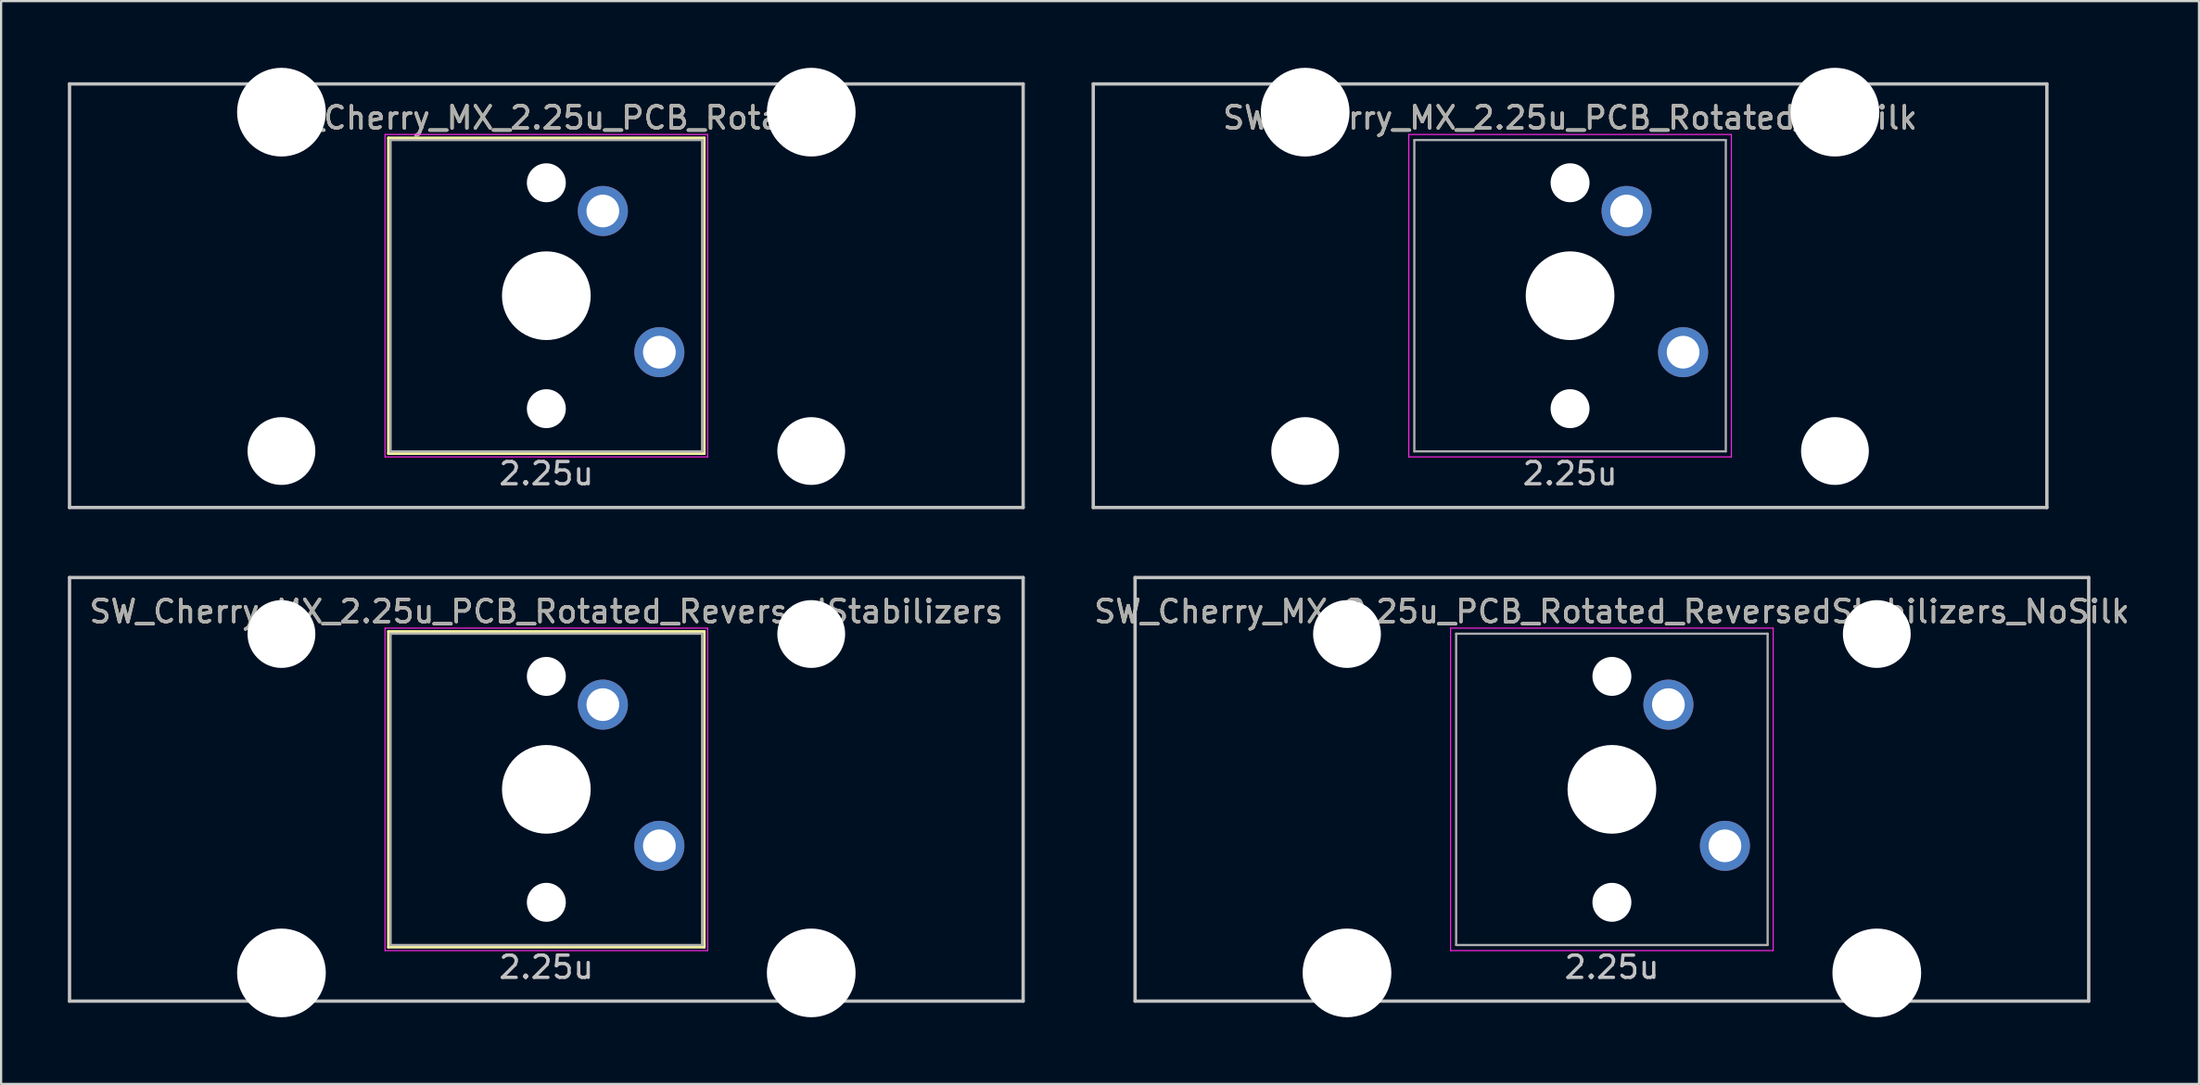
<source format=kicad_pcb>
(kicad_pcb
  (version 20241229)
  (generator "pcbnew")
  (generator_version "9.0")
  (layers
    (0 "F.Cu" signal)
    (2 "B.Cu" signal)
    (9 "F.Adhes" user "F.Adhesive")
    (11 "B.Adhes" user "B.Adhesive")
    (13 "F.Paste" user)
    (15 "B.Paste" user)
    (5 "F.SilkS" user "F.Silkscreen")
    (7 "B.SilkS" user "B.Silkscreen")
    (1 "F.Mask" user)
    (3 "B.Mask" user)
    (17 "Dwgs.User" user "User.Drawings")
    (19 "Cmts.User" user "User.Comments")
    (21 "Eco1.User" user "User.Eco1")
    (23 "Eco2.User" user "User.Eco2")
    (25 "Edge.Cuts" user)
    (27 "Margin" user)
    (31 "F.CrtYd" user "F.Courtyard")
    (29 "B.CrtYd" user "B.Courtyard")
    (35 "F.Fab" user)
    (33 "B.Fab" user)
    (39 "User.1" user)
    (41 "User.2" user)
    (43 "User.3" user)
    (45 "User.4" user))
  (footprint "SW_Cherry_MX_2.25u_PCB_Rotated_ReversedStabilizers"
    (layer "F.Cu")
    (at 21.506 32.449)
    (property "Reference" "SW_Cherry_MX_2.25u_PCB_Rotated_ReversedStabilizers" (at 0 -8 0) (layer "F.SilkS") (effects (font (size 1 1) (thickness 0.15))))
    (attr through_hole)
    (fp_line (start -7.1 -7.1) (end 7.1 -7.1) (stroke (width 0.12) (type solid)) (layer "F.SilkS"))
    (fp_line (start -7.1 7.1) (end -7.1 -7.1) (stroke (width 0.12) (type solid)) (layer "F.SilkS"))
    (fp_line (start 7.1 -7.1) (end 7.1 7.1) (stroke (width 0.12) (type solid)) (layer "F.SilkS"))
    (fp_line (start 7.1 7.1) (end -7.1 7.1) (stroke (width 0.12) (type solid)) (layer "F.SilkS"))
    (fp_line (start -21.431 9.525) (end -21.431 -9.525) (stroke (width 0.15) (type solid)) (layer "Dwgs.User"))
    (fp_line (start 21.431 -9.525) (end -21.431 -9.525) (stroke (width 0.15) (type solid)) (layer "Dwgs.User"))
    (fp_line (start 21.431 -9.525) (end 21.431 9.525) (stroke (width 0.15) (type solid)) (layer "Dwgs.User"))
    (fp_line (start 21.431 9.525) (end -21.431 9.525) (stroke (width 0.15) (type solid)) (layer "Dwgs.User"))
    (fp_line (start -7.25 -7.25) (end 7.25 -7.25) (stroke (width 0.05) (type solid)) (layer "F.CrtYd"))
    (fp_line (start -7.25 7.25) (end -7.25 -7.25) (stroke (width 0.05) (type solid)) (layer "F.CrtYd"))
    (fp_line (start 7.25 -7.25) (end 7.25 7.25) (stroke (width 0.05) (type solid)) (layer "F.CrtYd"))
    (fp_line (start 7.25 7.25) (end -7.25 7.25) (stroke (width 0.05) (type solid)) (layer "F.CrtYd"))
    (fp_line (start -7 -7) (end 7 -7) (stroke (width 0.1) (type solid)) (layer "F.Fab"))
    (fp_line (start -7 7) (end -7 -7) (stroke (width 0.1) (type solid)) (layer "F.Fab"))
    (fp_line (start 7 -7) (end 7 7) (stroke (width 0.1) (type solid)) (layer "F.Fab"))
    (fp_line (start 7 7) (end -7 7) (stroke (width 0.1) (type solid)) (layer "F.Fab"))
    (fp_text user "2.25u" (at 0 8 0) (layer "Dwgs.User") (effects (font (size 1 1) (thickness 0.15))))
    (fp_text user "${REFERENCE}" (at 0 -8 0) (layer "F.Fab") (effects (font (size 1 1) (thickness 0.15))))
    (pad "" np_thru_hole circle (at -11.906 -6.985 180) (size 3.048 3.048) (drill 3.048) (layers "*.Cu" "*.Mask"))
    (pad "" np_thru_hole circle (at -11.906 8.255 180) (size 3.988 3.988) (drill 3.988) (layers "*.Cu" "*.Mask"))
    (pad "" np_thru_hole circle (at 0 -5.08 318.1) (size 1.75 1.75) (drill 1.75) (layers "*.Cu" "*.Mask"))
    (pad "" np_thru_hole circle (at 0 0 270) (size 3.988 3.988) (drill 3.988) (layers "*.Cu" "*.Mask"))
    (pad "" np_thru_hole circle (at 0 5.08 318.1) (size 1.75 1.75) (drill 1.75) (layers "*.Cu" "*.Mask"))
    (pad "" np_thru_hole circle (at 11.906 -6.985 180) (size 3.048 3.048) (drill 3.048) (layers "*.Cu" "*.Mask"))
    (pad "" np_thru_hole circle (at 11.906 8.255 180) (size 3.988 3.988) (drill 3.988) (layers "*.Cu" "*.Mask"))
    (pad "1" thru_hole circle (at 2.54 -3.81 270) (size 2.25 2.25) (drill 1.47) (layers "*.Cu" "B.Mask"))
    (pad "2" thru_hole circle (at 5.08 2.54 270) (size 2.25 2.25) (drill 1.47) (layers "*.Cu" "B.Mask")))
  (footprint "SW_Cherry_MX_2.25u_PCB_Rotated"
    (layer "F.Cu")
    (at 21.506 10.249)
    (property "Reference" "SW_Cherry_MX_2.25u_PCB_Rotated" (at 0 -8 0) (layer "F.SilkS") (effects (font (size 1 1) (thickness 0.15))))
    (attr through_hole)
    (fp_line (start -7.1 -7.1) (end 7.1 -7.1) (stroke (width 0.12) (type solid)) (layer "F.SilkS"))
    (fp_line (start -7.1 7.1) (end -7.1 -7.1) (stroke (width 0.12) (type solid)) (layer "F.SilkS"))
    (fp_line (start 7.1 -7.1) (end 7.1 7.1) (stroke (width 0.12) (type solid)) (layer "F.SilkS"))
    (fp_line (start 7.1 7.1) (end -7.1 7.1) (stroke (width 0.12) (type solid)) (layer "F.SilkS"))
    (fp_line (start -21.431 9.525) (end -21.431 -9.525) (stroke (width 0.15) (type solid)) (layer "Dwgs.User"))
    (fp_line (start 21.431 -9.525) (end -21.431 -9.525) (stroke (width 0.15) (type solid)) (layer "Dwgs.User"))
    (fp_line (start 21.431 -9.525) (end 21.431 9.525) (stroke (width 0.15) (type solid)) (layer "Dwgs.User"))
    (fp_line (start 21.431 9.525) (end -21.431 9.525) (stroke (width 0.15) (type solid)) (layer "Dwgs.User"))
    (fp_line (start -7.25 -7.25) (end 7.25 -7.25) (stroke (width 0.05) (type solid)) (layer "F.CrtYd"))
    (fp_line (start -7.25 7.25) (end -7.25 -7.25) (stroke (width 0.05) (type solid)) (layer "F.CrtYd"))
    (fp_line (start 7.25 -7.25) (end 7.25 7.25) (stroke (width 0.05) (type solid)) (layer "F.CrtYd"))
    (fp_line (start 7.25 7.25) (end -7.25 7.25) (stroke (width 0.05) (type solid)) (layer "F.CrtYd"))
    (fp_line (start -7 -7) (end 7 -7) (stroke (width 0.1) (type solid)) (layer "F.Fab"))
    (fp_line (start -7 7) (end -7 -7) (stroke (width 0.1) (type solid)) (layer "F.Fab"))
    (fp_line (start 7 -7) (end 7 7) (stroke (width 0.1) (type solid)) (layer "F.Fab"))
    (fp_line (start 7 7) (end -7 7) (stroke (width 0.1) (type solid)) (layer "F.Fab"))
    (fp_text user "2.25u" (at 0 8 0) (layer "Dwgs.User") (effects (font (size 1 1) (thickness 0.15))))
    (fp_text user "${REFERENCE}" (at 0 -8 0) (layer "F.Fab") (effects (font (size 1 1) (thickness 0.15))))
    (pad "" np_thru_hole circle (at -11.906 -8.255 180) (size 3.988 3.988) (drill 3.988) (layers "*.Cu" "*.Mask"))
    (pad "" np_thru_hole circle (at -11.906 6.985 180) (size 3.048 3.048) (drill 3.048) (layers "*.Cu" "*.Mask"))
    (pad "" np_thru_hole circle (at 0 -5.08 318.1) (size 1.75 1.75) (drill 1.75) (layers "*.Cu" "*.Mask"))
    (pad "" np_thru_hole circle (at 0 0 270) (size 3.988 3.988) (drill 3.988) (layers "*.Cu" "*.Mask"))
    (pad "" np_thru_hole circle (at 0 5.08 318.1) (size 1.75 1.75) (drill 1.75) (layers "*.Cu" "*.Mask"))
    (pad "" np_thru_hole circle (at 11.906 -8.255 180) (size 3.988 3.988) (drill 3.988) (layers "*.Cu" "*.Mask"))
    (pad "" np_thru_hole circle (at 11.906 6.985 180) (size 3.048 3.048) (drill 3.048) (layers "*.Cu" "*.Mask"))
    (pad "1" thru_hole circle (at 2.54 -3.81 270) (size 2.25 2.25) (drill 1.47) (layers "*.Cu" "B.Mask"))
    (pad "2" thru_hole circle (at 5.08 2.54 270) (size 2.25 2.25) (drill 1.47) (layers "*.Cu" "B.Mask")))
  (footprint "SW_Cherry_MX_2.25u_PCB_Rotated_NoSilk"
    (layer "F.Cu")
    (at 67.519 10.249)
    (property "Reference" "SW_Cherry_MX_2.25u_PCB_Rotated_NoSilk" (at 0 -8 0) (layer "F.SilkS") (effects (font (size 1 1) (thickness 0.15))))
    (attr through_hole)
    (fp_line (start -21.431 9.525) (end -21.431 -9.525) (stroke (width 0.15) (type solid)) (layer "Dwgs.User"))
    (fp_line (start 21.431 -9.525) (end -21.431 -9.525) (stroke (width 0.15) (type solid)) (layer "Dwgs.User"))
    (fp_line (start 21.431 -9.525) (end 21.431 9.525) (stroke (width 0.15) (type solid)) (layer "Dwgs.User"))
    (fp_line (start 21.431 9.525) (end -21.431 9.525) (stroke (width 0.15) (type solid)) (layer "Dwgs.User"))
    (fp_line (start -7.25 -7.25) (end 7.25 -7.25) (stroke (width 0.05) (type solid)) (layer "F.CrtYd"))
    (fp_line (start -7.25 7.25) (end -7.25 -7.25) (stroke (width 0.05) (type solid)) (layer "F.CrtYd"))
    (fp_line (start 7.25 -7.25) (end 7.25 7.25) (stroke (width 0.05) (type solid)) (layer "F.CrtYd"))
    (fp_line (start 7.25 7.25) (end -7.25 7.25) (stroke (width 0.05) (type solid)) (layer "F.CrtYd"))
    (fp_line (start -7 -7) (end 7 -7) (stroke (width 0.1) (type solid)) (layer "F.Fab"))
    (fp_line (start -7 7) (end -7 -7) (stroke (width 0.1) (type solid)) (layer "F.Fab"))
    (fp_line (start 7 -7) (end 7 7) (stroke (width 0.1) (type solid)) (layer "F.Fab"))
    (fp_line (start 7 7) (end -7 7) (stroke (width 0.1) (type solid)) (layer "F.Fab"))
    (fp_text user "2.25u" (at 0 8 0) (layer "Dwgs.User") (effects (font (size 1 1) (thickness 0.15))))
    (fp_text user "${REFERENCE}" (at 0 -8 0) (layer "F.Fab") (effects (font (size 1 1) (thickness 0.15))))
    (pad "" np_thru_hole circle (at -11.906 -8.255 180) (size 3.988 3.988) (drill 3.988) (layers "*.Cu" "*.Mask"))
    (pad "" np_thru_hole circle (at -11.906 6.985 180) (size 3.048 3.048) (drill 3.048) (layers "*.Cu" "*.Mask"))
    (pad "" np_thru_hole circle (at 0 -5.08 318.1) (size 1.75 1.75) (drill 1.75) (layers "*.Cu" "*.Mask"))
    (pad "" np_thru_hole circle (at 0 0 270) (size 3.988 3.988) (drill 3.988) (layers "*.Cu" "*.Mask"))
    (pad "" np_thru_hole circle (at 0 5.08 318.1) (size 1.75 1.75) (drill 1.75) (layers "*.Cu" "*.Mask"))
    (pad "" np_thru_hole circle (at 11.906 -8.255 180) (size 3.988 3.988) (drill 3.988) (layers "*.Cu" "*.Mask"))
    (pad "" np_thru_hole circle (at 11.906 6.985 180) (size 3.048 3.048) (drill 3.048) (layers "*.Cu" "*.Mask"))
    (pad "1" thru_hole circle (at 2.54 -3.81 270) (size 2.25 2.25) (drill 1.47) (layers "*.Cu" "B.Mask"))
    (pad "2" thru_hole circle (at 5.08 2.54 270) (size 2.25 2.25) (drill 1.47) (layers "*.Cu" "B.Mask")))
  (footprint "SW_Cherry_MX_2.25u_PCB_Rotated_ReversedStabilizers_NoSilk"
    (layer "F.Cu")
    (at 69.399 32.449)
    (property "Reference" "SW_Cherry_MX_2.25u_PCB_Rotated_ReversedStabilizers_NoSilk" (at 0 -8 0) (layer "F.SilkS") (effects (font (size 1 1) (thickness 0.15))))
    (attr through_hole)
    (fp_line (start -21.431 9.525) (end -21.431 -9.525) (stroke (width 0.15) (type solid)) (layer "Dwgs.User"))
    (fp_line (start 21.431 -9.525) (end -21.431 -9.525) (stroke (width 0.15) (type solid)) (layer "Dwgs.User"))
    (fp_line (start 21.431 -9.525) (end 21.431 9.525) (stroke (width 0.15) (type solid)) (layer "Dwgs.User"))
    (fp_line (start 21.431 9.525) (end -21.431 9.525) (stroke (width 0.15) (type solid)) (layer "Dwgs.User"))
    (fp_line (start -7.25 -7.25) (end 7.25 -7.25) (stroke (width 0.05) (type solid)) (layer "F.CrtYd"))
    (fp_line (start -7.25 7.25) (end -7.25 -7.25) (stroke (width 0.05) (type solid)) (layer "F.CrtYd"))
    (fp_line (start 7.25 -7.25) (end 7.25 7.25) (stroke (width 0.05) (type solid)) (layer "F.CrtYd"))
    (fp_line (start 7.25 7.25) (end -7.25 7.25) (stroke (width 0.05) (type solid)) (layer "F.CrtYd"))
    (fp_line (start -7 -7) (end 7 -7) (stroke (width 0.1) (type solid)) (layer "F.Fab"))
    (fp_line (start -7 7) (end -7 -7) (stroke (width 0.1) (type solid)) (layer "F.Fab"))
    (fp_line (start 7 -7) (end 7 7) (stroke (width 0.1) (type solid)) (layer "F.Fab"))
    (fp_line (start 7 7) (end -7 7) (stroke (width 0.1) (type solid)) (layer "F.Fab"))
    (fp_text user "2.25u" (at 0 8 0) (layer "Dwgs.User") (effects (font (size 1 1) (thickness 0.15))))
    (fp_text user "${REFERENCE}" (at 0 -8 0) (layer "F.Fab") (effects (font (size 1 1) (thickness 0.15))))
    (pad "" np_thru_hole circle (at -11.906 -6.985 180) (size 3.048 3.048) (drill 3.048) (layers "*.Cu" "*.Mask"))
    (pad "" np_thru_hole circle (at -11.906 8.255 180) (size 3.988 3.988) (drill 3.988) (layers "*.Cu" "*.Mask"))
    (pad "" np_thru_hole circle (at 0 -5.08 318.1) (size 1.75 1.75) (drill 1.75) (layers "*.Cu" "*.Mask"))
    (pad "" np_thru_hole circle (at 0 0 270) (size 3.988 3.988) (drill 3.988) (layers "*.Cu" "*.Mask"))
    (pad "" np_thru_hole circle (at 0 5.08 318.1) (size 1.75 1.75) (drill 1.75) (layers "*.Cu" "*.Mask"))
    (pad "" np_thru_hole circle (at 11.906 -6.985 180) (size 3.048 3.048) (drill 3.048) (layers "*.Cu" "*.Mask"))
    (pad "" np_thru_hole circle (at 11.906 8.255 180) (size 3.988 3.988) (drill 3.988) (layers "*.Cu" "*.Mask"))
    (pad "1" thru_hole circle (at 2.54 -3.81 270) (size 2.25 2.25) (drill 1.47) (layers "*.Cu" "B.Mask"))
    (pad "2" thru_hole circle (at 5.08 2.54 270) (size 2.25 2.25) (drill 1.47) (layers "*.Cu" "B.Mask")))
  (gr_rect
    (start -3 -3)
    (end 95.786 45.698)
    (stroke (width 0.1) (type default))
    (fill no)
    (layer "Edge.Cuts")))
</source>
